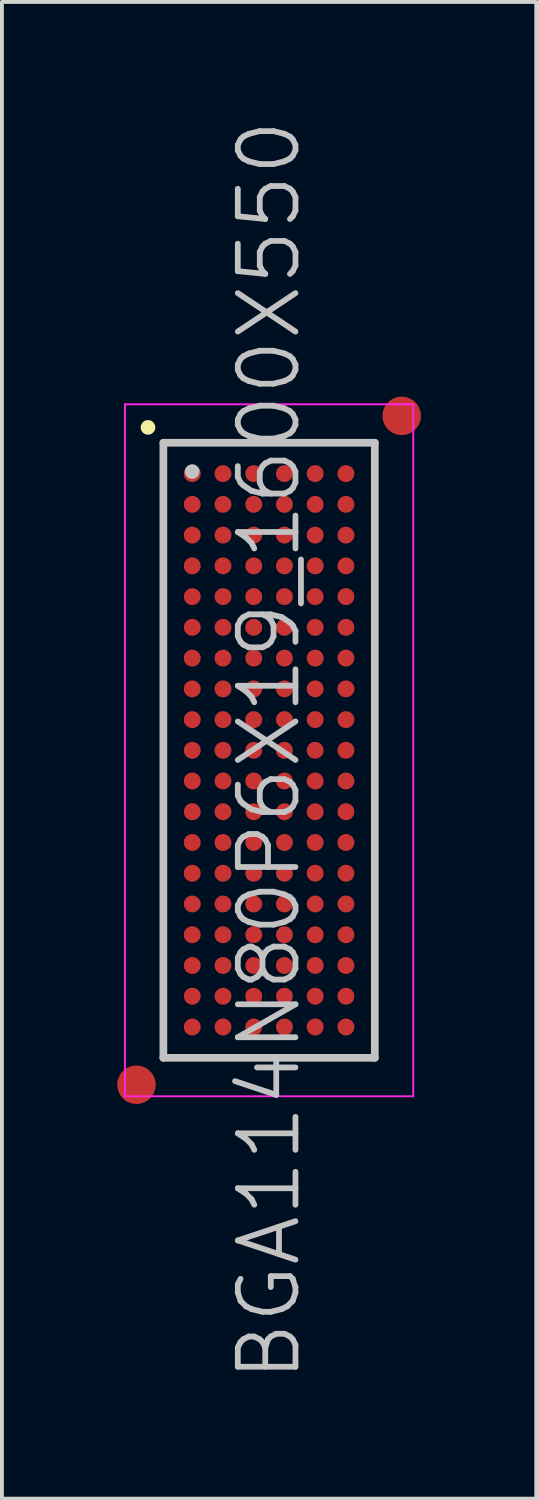
<source format=kicad_pcb>
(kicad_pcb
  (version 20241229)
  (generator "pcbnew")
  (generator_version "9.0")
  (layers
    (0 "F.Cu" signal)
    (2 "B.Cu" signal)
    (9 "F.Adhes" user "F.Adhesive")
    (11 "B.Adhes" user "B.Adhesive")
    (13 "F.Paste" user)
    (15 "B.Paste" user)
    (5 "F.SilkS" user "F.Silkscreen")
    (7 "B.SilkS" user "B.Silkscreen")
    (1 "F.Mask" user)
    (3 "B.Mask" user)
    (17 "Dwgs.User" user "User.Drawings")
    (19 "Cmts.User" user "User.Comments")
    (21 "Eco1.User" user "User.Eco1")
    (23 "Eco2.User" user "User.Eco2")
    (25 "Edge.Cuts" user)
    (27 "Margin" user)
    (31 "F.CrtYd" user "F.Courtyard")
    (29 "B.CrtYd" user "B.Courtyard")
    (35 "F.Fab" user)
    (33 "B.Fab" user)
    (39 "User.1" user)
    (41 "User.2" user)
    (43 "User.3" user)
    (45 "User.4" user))
  (footprint "BGA114N80P6X19_1600X550"
    (layer "F.Cu")
    (at 3.95 16.468)
    (property "Reference" "BGA114N80P6X19_1600X550" (at 0 0 90) (layer "Dwgs.User") (effects (font (size 1.5 1.5) (thickness 0.15))))
    (attr smd)
    (fp_line (start -3.15 -8.4) (end -3.15 -8.4) (stroke (width 0.381) (type solid)) (layer "F.SilkS"))
    (fp_line (start -2.75 -8) (end -2.75 8) (stroke (width 0.2) (type solid)) (layer "Dwgs.User"))
    (fp_line (start -2.75 -8) (end 2.75 -8) (stroke (width 0.2) (type solid)) (layer "Dwgs.User"))
    (fp_line (start -2.75 8) (end 2.75 8) (stroke (width 0.2) (type solid)) (layer "Dwgs.User"))
    (fp_line (start -2 -7.25) (end -2 -7.25) (stroke (width 0.381) (type solid)) (layer "Dwgs.User"))
    (fp_line (start 2.75 -8) (end 2.75 8) (stroke (width 0.2) (type solid)) (layer "Dwgs.User"))
    (fp_line (start -3.75 -9) (end -3.75 9) (stroke (width 0.05) (type solid)) (layer "F.CrtYd"))
    (fp_line (start -3.75 -9) (end 3.75 -9) (stroke (width 0.05) (type solid)) (layer "F.CrtYd"))
    (fp_line (start -3.75 9) (end 3.75 9) (stroke (width 0.05) (type solid)) (layer "F.CrtYd"))
    (fp_line (start 3.75 -9) (end 3.75 9) (stroke (width 0.05) (type solid)) (layer "F.CrtYd"))
    (pad "" smd circle (at -3.45 8.7) (size 1 1) (layers "F.Cu" "F.Mask"))
    (pad "" smd circle (at 3.45 -8.7) (size 1 1) (layers "F.Cu" "F.Mask"))
    (pad "A1" smd circle (at -1.999 -7.198 270) (size 0.44 0.44) (layers "F.Cu" "F.Mask" "F.Paste"))
    (pad "A2" smd circle (at -1.199 -7.198 270) (size 0.44 0.44) (layers "F.Cu" "F.Mask" "F.Paste"))
    (pad "A3" smd circle (at -0.399 -7.198 270) (size 0.44 0.44) (layers "F.Cu" "F.Mask" "F.Paste"))
    (pad "A4" smd circle (at 0.399 -7.198 270) (size 0.44 0.44) (layers "F.Cu" "F.Mask" "F.Paste"))
    (pad "A5" smd circle (at 1.199 -7.198 270) (size 0.44 0.44) (layers "F.Cu" "F.Mask" "F.Paste"))
    (pad "A6" smd circle (at 1.999 -7.198 270) (size 0.44 0.44) (layers "F.Cu" "F.Mask" "F.Paste"))
    (pad "B1" smd circle (at -1.999 -6.398 270) (size 0.44 0.44) (layers "F.Cu" "F.Mask" "F.Paste"))
    (pad "B2" smd circle (at -1.199 -6.398 270) (size 0.44 0.44) (layers "F.Cu" "F.Mask" "F.Paste"))
    (pad "B3" smd circle (at -0.399 -6.398 270) (size 0.44 0.44) (layers "F.Cu" "F.Mask" "F.Paste"))
    (pad "B4" smd circle (at 0.399 -6.398 270) (size 0.44 0.44) (layers "F.Cu" "F.Mask" "F.Paste"))
    (pad "B5" smd circle (at 1.199 -6.398 270) (size 0.44 0.44) (layers "F.Cu" "F.Mask" "F.Paste"))
    (pad "B6" smd circle (at 1.999 -6.398 270) (size 0.44 0.44) (layers "F.Cu" "F.Mask" "F.Paste"))
    (pad "C1" smd circle (at -1.999 -5.598 270) (size 0.44 0.44) (layers "F.Cu" "F.Mask" "F.Paste"))
    (pad "C2" smd circle (at -1.199 -5.598 270) (size 0.44 0.44) (layers "F.Cu" "F.Mask" "F.Paste"))
    (pad "C3" smd circle (at -0.399 -5.598 270) (size 0.44 0.44) (layers "F.Cu" "F.Mask" "F.Paste"))
    (pad "C4" smd circle (at 0.399 -5.598 270) (size 0.44 0.44) (layers "F.Cu" "F.Mask" "F.Paste"))
    (pad "C5" smd circle (at 1.199 -5.598 270) (size 0.44 0.44) (layers "F.Cu" "F.Mask" "F.Paste"))
    (pad "C6" smd circle (at 1.999 -5.598 270) (size 0.44 0.44) (layers "F.Cu" "F.Mask" "F.Paste"))
    (pad "D1" smd circle (at -1.999 -4.798 270) (size 0.44 0.44) (layers "F.Cu" "F.Mask" "F.Paste"))
    (pad "D2" smd circle (at -1.199 -4.798 270) (size 0.44 0.44) (layers "F.Cu" "F.Mask" "F.Paste"))
    (pad "D3" smd circle (at -0.399 -4.798 270) (size 0.44 0.44) (layers "F.Cu" "F.Mask" "F.Paste"))
    (pad "D4" smd circle (at 0.399 -4.798 270) (size 0.44 0.44) (layers "F.Cu" "F.Mask" "F.Paste"))
    (pad "D5" smd circle (at 1.199 -4.798 270) (size 0.44 0.44) (layers "F.Cu" "F.Mask" "F.Paste"))
    (pad "D6" smd circle (at 1.999 -4.798 270) (size 0.44 0.44) (layers "F.Cu" "F.Mask" "F.Paste"))
    (pad "E1" smd circle (at -1.999 -3.998 270) (size 0.44 0.44) (layers "F.Cu" "F.Mask" "F.Paste"))
    (pad "E2" smd circle (at -1.199 -3.998 270) (size 0.44 0.44) (layers "F.Cu" "F.Mask" "F.Paste"))
    (pad "E3" smd circle (at -0.399 -3.998 270) (size 0.44 0.44) (layers "F.Cu" "F.Mask" "F.Paste"))
    (pad "E4" smd circle (at 0.399 -3.998 270) (size 0.44 0.44) (layers "F.Cu" "F.Mask" "F.Paste"))
    (pad "E5" smd circle (at 1.199 -3.998 270) (size 0.44 0.44) (layers "F.Cu" "F.Mask" "F.Paste"))
    (pad "E6" smd circle (at 1.999 -3.998 270) (size 0.44 0.44) (layers "F.Cu" "F.Mask" "F.Paste"))
    (pad "F1" smd circle (at -1.999 -3.198 270) (size 0.44 0.44) (layers "F.Cu" "F.Mask" "F.Paste"))
    (pad "F2" smd circle (at -1.199 -3.198 270) (size 0.44 0.44) (layers "F.Cu" "F.Mask" "F.Paste"))
    (pad "F3" smd circle (at -0.399 -3.198 270) (size 0.44 0.44) (layers "F.Cu" "F.Mask" "F.Paste"))
    (pad "F4" smd circle (at 0.399 -3.198 270) (size 0.44 0.44) (layers "F.Cu" "F.Mask" "F.Paste"))
    (pad "F5" smd circle (at 1.199 -3.198 270) (size 0.44 0.44) (layers "F.Cu" "F.Mask" "F.Paste"))
    (pad "F6" smd circle (at 1.999 -3.198 270) (size 0.44 0.44) (layers "F.Cu" "F.Mask" "F.Paste"))
    (pad "G1" smd circle (at -1.999 -2.398 270) (size 0.44 0.44) (layers "F.Cu" "F.Mask" "F.Paste"))
    (pad "G2" smd circle (at -1.199 -2.398 270) (size 0.44 0.44) (layers "F.Cu" "F.Mask" "F.Paste"))
    (pad "G3" smd circle (at -0.399 -2.398 270) (size 0.44 0.44) (layers "F.Cu" "F.Mask" "F.Paste"))
    (pad "G4" smd circle (at 0.399 -2.398 270) (size 0.44 0.44) (layers "F.Cu" "F.Mask" "F.Paste"))
    (pad "G5" smd circle (at 1.199 -2.398 270) (size 0.44 0.44) (layers "F.Cu" "F.Mask" "F.Paste"))
    (pad "G6" smd circle (at 1.999 -2.398 270) (size 0.44 0.44) (layers "F.Cu" "F.Mask" "F.Paste"))
    (pad "H1" smd circle (at -1.999 -1.598 270) (size 0.44 0.44) (layers "F.Cu" "F.Mask" "F.Paste"))
    (pad "H2" smd circle (at -1.199 -1.598 270) (size 0.44 0.44) (layers "F.Cu" "F.Mask" "F.Paste"))
    (pad "H3" smd circle (at -0.399 -1.598 270) (size 0.44 0.44) (layers "F.Cu" "F.Mask" "F.Paste"))
    (pad "H4" smd circle (at 0.399 -1.598 270) (size 0.44 0.44) (layers "F.Cu" "F.Mask" "F.Paste"))
    (pad "H5" smd circle (at 1.199 -1.598 270) (size 0.44 0.44) (layers "F.Cu" "F.Mask" "F.Paste"))
    (pad "H6" smd circle (at 1.999 -1.598 270) (size 0.44 0.44) (layers "F.Cu" "F.Mask" "F.Paste"))
    (pad "J1" smd circle (at -1.999 -0.798 270) (size 0.44 0.44) (layers "F.Cu" "F.Mask" "F.Paste"))
    (pad "J2" smd circle (at -1.199 -0.798 270) (size 0.44 0.44) (layers "F.Cu" "F.Mask" "F.Paste"))
    (pad "J3" smd circle (at -0.399 -0.798 270) (size 0.44 0.44) (layers "F.Cu" "F.Mask" "F.Paste"))
    (pad "J4" smd circle (at 0.399 -0.798 270) (size 0.44 0.44) (layers "F.Cu" "F.Mask" "F.Paste"))
    (pad "J5" smd circle (at 1.199 -0.798 270) (size 0.44 0.44) (layers "F.Cu" "F.Mask" "F.Paste"))
    (pad "J6" smd circle (at 1.999 -0.798 270) (size 0.44 0.44) (layers "F.Cu" "F.Mask" "F.Paste"))
    (pad "K1" smd circle (at -1.999 0 270) (size 0.44 0.44) (layers "F.Cu" "F.Mask" "F.Paste"))
    (pad "K2" smd circle (at -1.199 0 270) (size 0.44 0.44) (layers "F.Cu" "F.Mask" "F.Paste"))
    (pad "K3" smd circle (at -0.399 0 270) (size 0.44 0.44) (layers "F.Cu" "F.Mask" "F.Paste"))
    (pad "K4" smd circle (at 0.399 0 270) (size 0.44 0.44) (layers "F.Cu" "F.Mask" "F.Paste"))
    (pad "K5" smd circle (at 1.199 0 270) (size 0.44 0.44) (layers "F.Cu" "F.Mask" "F.Paste"))
    (pad "K6" smd circle (at 1.999 0 270) (size 0.44 0.44) (layers "F.Cu" "F.Mask" "F.Paste"))
    (pad "L1" smd circle (at -1.999 0.798 270) (size 0.44 0.44) (layers "F.Cu" "F.Mask" "F.Paste"))
    (pad "L2" smd circle (at -1.199 0.798 270) (size 0.44 0.44) (layers "F.Cu" "F.Mask" "F.Paste"))
    (pad "L3" smd circle (at -0.399 0.798 270) (size 0.44 0.44) (layers "F.Cu" "F.Mask" "F.Paste"))
    (pad "L4" smd circle (at 0.399 0.798 270) (size 0.44 0.44) (layers "F.Cu" "F.Mask" "F.Paste"))
    (pad "L5" smd circle (at 1.199 0.798 270) (size 0.44 0.44) (layers "F.Cu" "F.Mask" "F.Paste"))
    (pad "L6" smd circle (at 1.999 0.798 270) (size 0.44 0.44) (layers "F.Cu" "F.Mask" "F.Paste"))
    (pad "M1" smd circle (at -1.999 1.598 270) (size 0.44 0.44) (layers "F.Cu" "F.Mask" "F.Paste"))
    (pad "M2" smd circle (at -1.199 1.598 270) (size 0.44 0.44) (layers "F.Cu" "F.Mask" "F.Paste"))
    (pad "M3" smd circle (at -0.399 1.598 270) (size 0.44 0.44) (layers "F.Cu" "F.Mask" "F.Paste"))
    (pad "M4" smd circle (at 0.399 1.598 270) (size 0.44 0.44) (layers "F.Cu" "F.Mask" "F.Paste"))
    (pad "M5" smd circle (at 1.199 1.598 270) (size 0.44 0.44) (layers "F.Cu" "F.Mask" "F.Paste"))
    (pad "M6" smd circle (at 1.999 1.598 270) (size 0.44 0.44) (layers "F.Cu" "F.Mask" "F.Paste"))
    (pad "N1" smd circle (at -1.999 2.398 270) (size 0.44 0.44) (layers "F.Cu" "F.Mask" "F.Paste"))
    (pad "N2" smd circle (at -1.199 2.398 270) (size 0.44 0.44) (layers "F.Cu" "F.Mask" "F.Paste"))
    (pad "N3" smd circle (at -0.399 2.398 270) (size 0.44 0.44) (layers "F.Cu" "F.Mask" "F.Paste"))
    (pad "N4" smd circle (at 0.399 2.398 270) (size 0.44 0.44) (layers "F.Cu" "F.Mask" "F.Paste"))
    (pad "N5" smd circle (at 1.199 2.398 270) (size 0.44 0.44) (layers "F.Cu" "F.Mask" "F.Paste"))
    (pad "N6" smd circle (at 1.999 2.398 270) (size 0.44 0.44) (layers "F.Cu" "F.Mask" "F.Paste"))
    (pad "P1" smd circle (at -1.999 3.198 270) (size 0.44 0.44) (layers "F.Cu" "F.Mask" "F.Paste"))
    (pad "P2" smd circle (at -1.199 3.198 270) (size 0.44 0.44) (layers "F.Cu" "F.Mask" "F.Paste"))
    (pad "P3" smd circle (at -0.399 3.198 270) (size 0.44 0.44) (layers "F.Cu" "F.Mask" "F.Paste"))
    (pad "P4" smd circle (at 0.399 3.198 270) (size 0.44 0.44) (layers "F.Cu" "F.Mask" "F.Paste"))
    (pad "P5" smd circle (at 1.199 3.198 270) (size 0.44 0.44) (layers "F.Cu" "F.Mask" "F.Paste"))
    (pad "P6" smd circle (at 1.999 3.198 270) (size 0.44 0.44) (layers "F.Cu" "F.Mask" "F.Paste"))
    (pad "R1" smd circle (at -1.999 3.998 270) (size 0.44 0.44) (layers "F.Cu" "F.Mask" "F.Paste"))
    (pad "R2" smd circle (at -1.199 3.998 270) (size 0.44 0.44) (layers "F.Cu" "F.Mask" "F.Paste"))
    (pad "R3" smd circle (at -0.399 3.998 270) (size 0.44 0.44) (layers "F.Cu" "F.Mask" "F.Paste"))
    (pad "R4" smd circle (at 0.399 3.998 270) (size 0.44 0.44) (layers "F.Cu" "F.Mask" "F.Paste"))
    (pad "R5" smd circle (at 1.199 3.998 270) (size 0.44 0.44) (layers "F.Cu" "F.Mask" "F.Paste"))
    (pad "R6" smd circle (at 1.999 3.998 270) (size 0.44 0.44) (layers "F.Cu" "F.Mask" "F.Paste"))
    (pad "T1" smd circle (at -1.999 4.798 270) (size 0.44 0.44) (layers "F.Cu" "F.Mask" "F.Paste"))
    (pad "T2" smd circle (at -1.199 4.798 270) (size 0.44 0.44) (layers "F.Cu" "F.Mask" "F.Paste"))
    (pad "T3" smd circle (at -0.399 4.798 270) (size 0.44 0.44) (layers "F.Cu" "F.Mask" "F.Paste"))
    (pad "T4" smd circle (at 0.399 4.798 270) (size 0.44 0.44) (layers "F.Cu" "F.Mask" "F.Paste"))
    (pad "T5" smd circle (at 1.199 4.798 270) (size 0.44 0.44) (layers "F.Cu" "F.Mask" "F.Paste"))
    (pad "T6" smd circle (at 1.999 4.798 270) (size 0.44 0.44) (layers "F.Cu" "F.Mask" "F.Paste"))
    (pad "U1" smd circle (at -1.999 5.598 270) (size 0.44 0.44) (layers "F.Cu" "F.Mask" "F.Paste"))
    (pad "U2" smd circle (at -1.199 5.598 270) (size 0.44 0.44) (layers "F.Cu" "F.Mask" "F.Paste"))
    (pad "U3" smd circle (at -0.399 5.598 270) (size 0.44 0.44) (layers "F.Cu" "F.Mask" "F.Paste"))
    (pad "U4" smd circle (at 0.399 5.598 270) (size 0.44 0.44) (layers "F.Cu" "F.Mask" "F.Paste"))
    (pad "U5" smd circle (at 1.199 5.598 270) (size 0.44 0.44) (layers "F.Cu" "F.Mask" "F.Paste"))
    (pad "U6" smd circle (at 1.999 5.598 270) (size 0.44 0.44) (layers "F.Cu" "F.Mask" "F.Paste"))
    (pad "V1" smd circle (at -1.999 6.398 270) (size 0.44 0.44) (layers "F.Cu" "F.Mask" "F.Paste"))
    (pad "V2" smd circle (at -1.199 6.398 270) (size 0.44 0.44) (layers "F.Cu" "F.Mask" "F.Paste"))
    (pad "V3" smd circle (at -0.399 6.398 270) (size 0.44 0.44) (layers "F.Cu" "F.Mask" "F.Paste"))
    (pad "V4" smd circle (at 0.399 6.398 270) (size 0.44 0.44) (layers "F.Cu" "F.Mask" "F.Paste"))
    (pad "V5" smd circle (at 1.199 6.398 270) (size 0.44 0.44) (layers "F.Cu" "F.Mask" "F.Paste"))
    (pad "V6" smd circle (at 1.999 6.398 270) (size 0.44 0.44) (layers "F.Cu" "F.Mask" "F.Paste"))
    (pad "W1" smd circle (at -1.999 7.198 270) (size 0.44 0.44) (layers "F.Cu" "F.Mask" "F.Paste"))
    (pad "W2" smd circle (at -1.199 7.198 270) (size 0.44 0.44) (layers "F.Cu" "F.Mask" "F.Paste"))
    (pad "W3" smd circle (at -0.399 7.198 270) (size 0.44 0.44) (layers "F.Cu" "F.Mask" "F.Paste"))
    (pad "W4" smd circle (at 0.399 7.198 270) (size 0.44 0.44) (layers "F.Cu" "F.Mask" "F.Paste"))
    (pad "W5" smd circle (at 1.199 7.198 270) (size 0.44 0.44) (layers "F.Cu" "F.Mask" "F.Paste"))
    (pad "W6" smd circle (at 1.999 7.198 270) (size 0.44 0.44) (layers "F.Cu" "F.Mask" "F.Paste")))
  (gr_rect
    (start -3 -3)
    (end 10.9 35.936)
    (stroke (width 0.1) (type default))
    (fill no)
    (layer "Edge.Cuts")))
</source>
